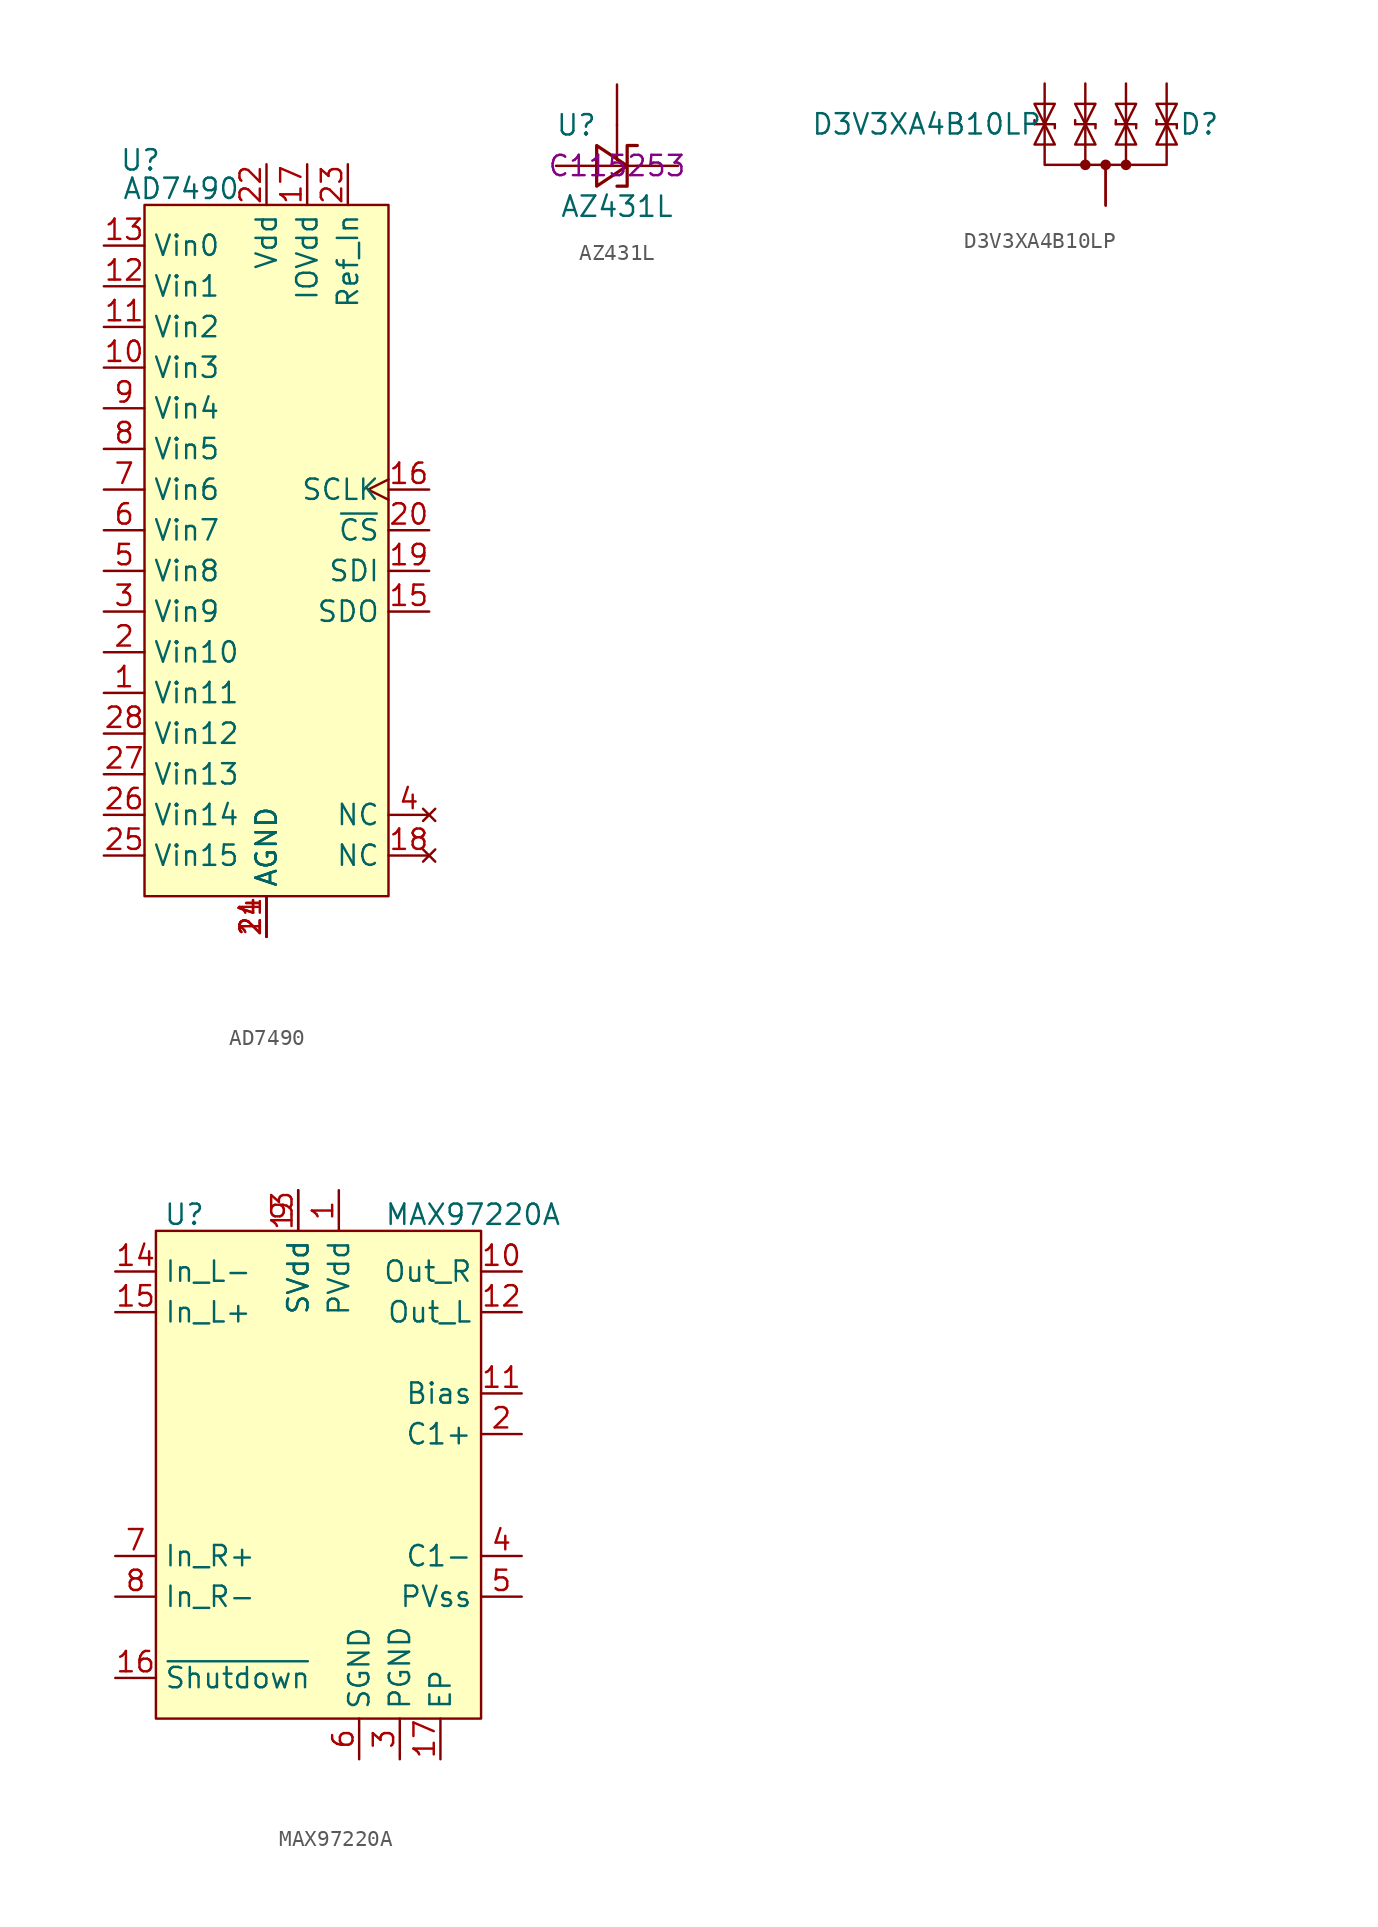
<source format=kicad_sym>
(kicad_symbol_lib
  (version 20231120)
  (generator "kicad_symbol_editor")
  (generator_version "8.0")
  (symbol "AD7490"
    (property "Reference" "U"
      (at -7.874 24.384 0)
      (effects (font (size 1.27 1.27))))
    (property "Value" "AD7490"
      (at -5.334 22.606 0)
      (effects (font (size 1.27 1.27))))
    (symbol "AD7490_1_1"
      (rectangle (start -7.62 21.59) (end 7.62 -21.59) (stroke (width 0) (type default)) (fill (type background)))
      (pin input line (at -10.16 -8.89 0) (length 2.54) (name "Vin11" (effects (font (size 1.27 1.27)))) (number "1" (effects (font (size 1.27 1.27)))))
      (pin input line (at -10.16 11.43 0) (length 2.54) (name "Vin3" (effects (font (size 1.27 1.27)))) (number "10" (effects (font (size 1.27 1.27)))))
      (pin input line (at -10.16 13.97 0) (length 2.54) (name "Vin2" (effects (font (size 1.27 1.27)))) (number "11" (effects (font (size 1.27 1.27)))))
      (pin input line (at -10.16 16.51 0) (length 2.54) (name "Vin1" (effects (font (size 1.27 1.27)))) (number "12" (effects (font (size 1.27 1.27)))))
      (pin input line (at -10.16 19.05 0) (length 2.54) (name "Vin0" (effects (font (size 1.27 1.27)))) (number "13" (effects (font (size 1.27 1.27)))))
      (pin power_in line (at 0 -24.13 90) (length 2.54) (name "AGND" (effects (font (size 1.27 1.27)))) (number "14" (effects (font (size 1.27 1.27)))))
      (pin output line (at 10.16 -3.81 180) (length 2.54) (name "SDO" (effects (font (size 1.27 1.27)))) (number "15" (effects (font (size 1.27 1.27)))))
      (pin input clock (at 10.16 3.81 180) (length 2.54) (name "SCLK" (effects (font (size 1.27 1.27)))) (number "16" (effects (font (size 1.27 1.27)))))
      (pin power_in line (at 2.54 24.13 270) (length 2.54) (name "IOVdd" (effects (font (size 1.27 1.27)))) (number "17" (effects (font (size 1.27 1.27)))))
      (pin no_connect line (at 10.16 -19.05 180) (length 2.54) (name "NC" (effects (font (size 1.27 1.27)))) (number "18" (effects (font (size 1.27 1.27)))))
      (pin input line (at 10.16 -1.27 180) (length 2.54) (name "SDI" (effects (font (size 1.27 1.27)))) (number "19" (effects (font (size 1.27 1.27)))))
      (pin input line (at -10.16 -6.35 0) (length 2.54) (name "Vin10" (effects (font (size 1.27 1.27)))) (number "2" (effects (font (size 1.27 1.27)))))
      (pin input line (at 10.16 1.27 180) (length 2.54) (name "~{CS}" (effects (font (size 1.27 1.27)))) (number "20" (effects (font (size 1.27 1.27)))))
      (pin power_in line (at 0 -24.13 90) (length 2.54) (name "AGND" (effects (font (size 1.27 1.27)))) (number "21" (effects (font (size 1.27 1.27)))))
      (pin power_in line (at 0 24.13 270) (length 2.54) (name "Vdd" (effects (font (size 1.27 1.27)))) (number "22" (effects (font (size 1.27 1.27)))))
      (pin power_in line (at 5.08 24.13 270) (length 2.54) (name "Ref_In" (effects (font (size 1.27 1.27)))) (number "23" (effects (font (size 1.27 1.27)))))
      (pin power_in line (at 0 -24.13 90) (length 2.54) (name "AGND" (effects (font (size 1.27 1.27)))) (number "24" (effects (font (size 1.27 1.27)))))
      (pin input line (at -10.16 -19.05 0) (length 2.54) (name "Vin15" (effects (font (size 1.27 1.27)))) (number "25" (effects (font (size 1.27 1.27)))))
      (pin input line (at -10.16 -16.51 0) (length 2.54) (name "Vin14" (effects (font (size 1.27 1.27)))) (number "26" (effects (font (size 1.27 1.27)))))
      (pin input line (at -10.16 -13.97 0) (length 2.54) (name "Vin13" (effects (font (size 1.27 1.27)))) (number "27" (effects (font (size 1.27 1.27)))))
      (pin input line (at -10.16 -11.43 0) (length 2.54) (name "Vin12" (effects (font (size 1.27 1.27)))) (number "28" (effects (font (size 1.27 1.27)))))
      (pin input line (at -10.16 -3.81 0) (length 2.54) (name "Vin9" (effects (font (size 1.27 1.27)))) (number "3" (effects (font (size 1.27 1.27)))))
      (pin no_connect line (at 10.16 -16.51 180) (length 2.54) (name "NC" (effects (font (size 1.27 1.27)))) (number "4" (effects (font (size 1.27 1.27)))))
      (pin input line (at -10.16 -1.27 0) (length 2.54) (name "Vin8" (effects (font (size 1.27 1.27)))) (number "5" (effects (font (size 1.27 1.27)))))
      (pin input line (at -10.16 1.27 0) (length 2.54) (name "Vin7" (effects (font (size 1.27 1.27)))) (number "6" (effects (font (size 1.27 1.27)))))
      (pin input line (at -10.16 3.81 0) (length 2.54) (name "Vin6" (effects (font (size 1.27 1.27)))) (number "7" (effects (font (size 1.27 1.27)))))
      (pin input line (at -10.16 6.35 0) (length 2.54) (name "Vin5" (effects (font (size 1.27 1.27)))) (number "8" (effects (font (size 1.27 1.27)))))
      (pin input line (at -10.16 8.89 0) (length 2.54) (name "Vin4" (effects (font (size 1.27 1.27)))) (number "9" (effects (font (size 1.27 1.27)))))))
  (symbol "AZ431L"
    (pin_numbers hide)
    (pin_names hide)
    (property "Reference" "U"
      (at -2.54 2.54 0)
      (effects (font (size 1.27 1.27))))
    (property "Value" "AZ431L"
      (at 0 -2.54 0)
      (effects (font (size 1.27 1.27))))
    (property "JLCPCB Part #" "C115253"
      (at 0 0 0)
      (effects (font (size 1.27 1.27))))
    (symbol "AZ431L_0_1"
      (polyline (pts (xy 0 2.54) (xy 0 0.381)) (stroke (width 0) (type default)) (fill (type none)))
      (polyline (pts (xy -1.27 0) (xy 0 0) (xy 1.27 0)) (stroke (width 0) (type default)) (fill (type none)))
      (polyline (pts (xy -1.27 -1.27) (xy 0.635 0) (xy -1.27 1.27) (xy -1.27 -1.27)) (stroke (width 0.203) (type default)) (fill (type none)))
      (polyline (pts (xy 0 -1.27) (xy 0.635 -1.27) (xy 0.635 1.27) (xy 1.27 1.27)) (stroke (width 0.203) (type default)) (fill (type none))))
    (symbol "AZ431L_1_1"
      (pin input line (at 0 5.08 270) (length 2.54) (name "FB" (effects (font (size 1.27 1.27)))) (number "1" (effects (font (size 1.27 1.27)))))
      (pin passive line (at 3.81 0 180) (length 2.54) (name "K" (effects (font (size 1.27 1.27)))) (number "2" (effects (font (size 1.27 1.27)))))
      (pin passive line (at -3.81 0 0) (length 2.54) (name "A" (effects (font (size 1.27 1.27)))) (number "3" (effects (font (size 1.27 1.27)))))))
  (symbol "D3V3XA4B10LP"
    (pin_numbers hide)
    (pin_names
      (offset 1.016) hide)
    (property "Reference" "D"
      (at 5.842 0 0)
      (effects (font (size 1.27 1.27))))
    (property "Value" "D3V3XA4B10LP"
      (at -11.176 0 0)
      (effects (font (size 1.27 1.27))))
    (symbol "D3V3XA4B10LP_0_1"
      (polyline (pts (xy -4.445 0) (xy -4.445 0.254)) (stroke (width 0) (type default)) (fill (type none)))
      (polyline (pts (xy -4.445 0) (xy -3.175 0)) (stroke (width 0) (type default)) (fill (type none)))
      (polyline (pts (xy -3.175 0) (xy -3.175 -0.254)) (stroke (width 0) (type default)) (fill (type none)))
      (polyline (pts (xy -1.905 0) (xy -1.905 0.254)) (stroke (width 0) (type default)) (fill (type none)))
      (polyline (pts (xy -1.905 0) (xy -0.635 0)) (stroke (width 0) (type default)) (fill (type none)))
      (polyline (pts (xy -1.27 0) (xy -1.27 -2.54)) (stroke (width 0) (type default)) (fill (type none)))
      (polyline (pts (xy -0.635 0) (xy -0.635 -0.254)) (stroke (width 0) (type default)) (fill (type none)))
      (polyline (pts (xy 0.635 0) (xy 0.635 0.254)) (stroke (width 0) (type default)) (fill (type none)))
      (polyline (pts (xy 0.635 0) (xy 1.905 0)) (stroke (width 0) (type default)) (fill (type none)))
      (polyline (pts (xy 1.27 0) (xy 1.27 -2.54)) (stroke (width 0) (type default)) (fill (type none)))
      (polyline (pts (xy 1.905 0) (xy 1.905 -0.254)) (stroke (width 0) (type default)) (fill (type none)))
      (polyline (pts (xy 3.175 0) (xy 3.175 0.254)) (stroke (width 0) (type default)) (fill (type none)))
      (polyline (pts (xy 3.175 0) (xy 4.445 0)) (stroke (width 0) (type default)) (fill (type none)))
      (polyline (pts (xy 4.445 0) (xy 4.445 -0.254)) (stroke (width 0) (type default)) (fill (type none)))
      (polyline (pts (xy -4.445 1.27) (xy -3.175 1.27) (xy -3.81 0) (xy -4.445 1.27)) (stroke (width 0) (type default)) (fill (type none)))
      (polyline (pts (xy -3.81 0) (xy -4.445 -1.27) (xy -3.175 -1.27) (xy -3.81 0)) (stroke (width 0) (type default)) (fill (type none)))
      (polyline (pts (xy -1.905 1.27) (xy -0.635 1.27) (xy -1.27 0) (xy -1.905 1.27)) (stroke (width 0) (type default)) (fill (type none)))
      (polyline (pts (xy -1.27 0) (xy -1.905 -1.27) (xy -0.635 -1.27) (xy -1.27 0)) (stroke (width 0) (type default)) (fill (type none)))
      (polyline (pts (xy 0.635 1.27) (xy 1.905 1.27) (xy 1.27 0) (xy 0.635 1.27)) (stroke (width 0) (type default)) (fill (type none)))
      (polyline (pts (xy 1.27 0) (xy 0.635 -1.27) (xy 1.905 -1.27) (xy 1.27 0)) (stroke (width 0) (type default)) (fill (type none)))
      (polyline (pts (xy 3.175 1.27) (xy 4.445 1.27) (xy 3.81 0) (xy 3.175 1.27)) (stroke (width 0) (type default)) (fill (type none)))
      (polyline (pts (xy 3.81 0) (xy 3.175 -1.27) (xy 4.445 -1.27) (xy 3.81 0)) (stroke (width 0) (type default)) (fill (type none)))
      (polyline (pts (xy 3.81 0) (xy 3.81 -2.54) (xy 0 -2.54) (xy -3.81 -2.54) (xy -3.81 0)) (stroke (width 0) (type default)) (fill (type none))))
    (symbol "D3V3XA4B10LP_1_1"
      (circle (center -1.27 -2.54) (radius 0.254) (stroke (width 0) (type default)) (fill (type outline)))
      (circle (center 0 -2.54) (radius 0.254) (stroke (width 0) (type default)) (fill (type outline)))
      (circle (center 1.27 -2.54) (radius 0.254) (stroke (width 0) (type default)) (fill (type outline)))
      (pin passive line (at -3.81 2.54 270) (length 2.54) (name "A1" (effects (font (size 1.27 1.27)))) (number "1" (effects (font (size 1.27 1.27)))))
      (pin no_connect line (at 10.16 -1.27 180) (length 2.54) hide (name "NC" (effects (font (size 1.27 1.27)))) (number "10" (effects (font (size 1.27 1.27)))))
      (pin passive line (at -1.27 2.54 270) (length 2.54) (name "A3" (effects (font (size 1.27 1.27)))) (number "2" (effects (font (size 1.27 1.27)))))
      (pin passive line (at 0 -5.08 90) (length 2.54) (name "CA" (effects (font (size 1.27 1.27)))) (number "3" (effects (font (size 1.27 1.27)))))
      (pin passive line (at 1.27 2.54 270) (length 2.54) (name "A3" (effects (font (size 1.27 1.27)))) (number "4" (effects (font (size 1.27 1.27)))))
      (pin passive line (at 3.81 2.54 270) (length 2.54) (name "A4" (effects (font (size 1.27 1.27)))) (number "5" (effects (font (size 1.27 1.27)))))
      (pin no_connect line (at 10.16 1.27 180) (length 2.54) hide (name "NC" (effects (font (size 1.27 1.27)))) (number "6" (effects (font (size 1.27 1.27)))))
      (pin no_connect line (at 10.16 2.54 180) (length 2.54) hide (name "NC" (effects (font (size 1.27 1.27)))) (number "7" (effects (font (size 1.27 1.27)))))
      (pin passive line (at 0 -5.08 90) (length 2.54) (name "CA" (effects (font (size 1.27 1.27)))) (number "8" (effects (font (size 1.27 1.27)))))
      (pin no_connect line (at 10.16 0 180) (length 2.54) hide (name "NC" (effects (font (size 1.27 1.27)))) (number "9" (effects (font (size 1.27 1.27)))))))
  (symbol "MAX97220A"
    (property "Reference" "U"
      (at -8.382 14.986 0)
      (effects (font (size 1.27 1.27))))
    (property "Value" "MAX97220A"
      (at 9.652 14.986 0)
      (effects (font (size 1.27 1.27))))
    (symbol "MAX97220A_1_1"
      (rectangle (start -10.16 13.97) (end 10.16 -16.51) (stroke (width 0) (type default)) (fill (type background)))
      (pin power_in line (at 1.27 16.51 270) (length 2.54) (name "PVdd" (effects (font (size 1.27 1.27)))) (number "1" (effects (font (size 1.27 1.27)))))
      (pin output line (at 12.7 11.43 180) (length 2.54) (name "Out_R" (effects (font (size 1.27 1.27)))) (number "10" (effects (font (size 1.27 1.27)))))
      (pin power_out line (at 12.7 3.81 180) (length 2.54) (name "Bias" (effects (font (size 1.27 1.27)))) (number "11" (effects (font (size 1.27 1.27)))))
      (pin output line (at 12.7 8.89 180) (length 2.54) (name "Out_L" (effects (font (size 1.27 1.27)))) (number "12" (effects (font (size 1.27 1.27)))))
      (pin power_in line (at -1.27 16.51 270) (length 2.54) (name "SVdd" (effects (font (size 1.27 1.27)))) (number "13" (effects (font (size 1.27 1.27)))))
      (pin input line (at -12.7 11.43 0) (length 2.54) (name "In_L-" (effects (font (size 1.27 1.27)))) (number "14" (effects (font (size 1.27 1.27)))))
      (pin input line (at -12.7 8.89 0) (length 2.54) (name "In_L+" (effects (font (size 1.27 1.27)))) (number "15" (effects (font (size 1.27 1.27)))))
      (pin input line (at -12.7 -13.97 0) (length 2.54) (name "~{Shutdown}" (effects (font (size 1.27 1.27)))) (number "16" (effects (font (size 1.27 1.27)))))
      (pin power_in line (at 7.62 -19.05 90) (length 2.54) (name "EP" (effects (font (size 1.27 1.27)))) (number "17" (effects (font (size 1.27 1.27)))))
      (pin passive line (at 12.7 1.27 180) (length 2.54) (name "C1+" (effects (font (size 1.27 1.27)))) (number "2" (effects (font (size 1.27 1.27)))))
      (pin power_in line (at 5.08 -19.05 90) (length 2.54) (name "PGND" (effects (font (size 1.27 1.27)))) (number "3" (effects (font (size 1.27 1.27)))))
      (pin passive line (at 12.7 -6.35 180) (length 2.54) (name "C1-" (effects (font (size 1.27 1.27)))) (number "4" (effects (font (size 1.27 1.27)))))
      (pin power_out line (at 12.7 -8.89 180) (length 2.54) (name "PVss" (effects (font (size 1.27 1.27)))) (number "5" (effects (font (size 1.27 1.27)))))
      (pin power_in line (at 2.54 -19.05 90) (length 2.54) (name "SGND" (effects (font (size 1.27 1.27)))) (number "6" (effects (font (size 1.27 1.27)))))
      (pin input line (at -12.7 -6.35 0) (length 2.54) (name "In_R+" (effects (font (size 1.27 1.27)))) (number "7" (effects (font (size 1.27 1.27)))))
      (pin input line (at -12.7 -8.89 0) (length 2.54) (name "In_R-" (effects (font (size 1.27 1.27)))) (number "8" (effects (font (size 1.27 1.27)))))
      (pin power_in line (at -1.27 16.51 270) (length 2.54) (name "SVdd" (effects (font (size 1.27 1.27)))) (number "9" (effects (font (size 1.27 1.27))))))))
</source>
